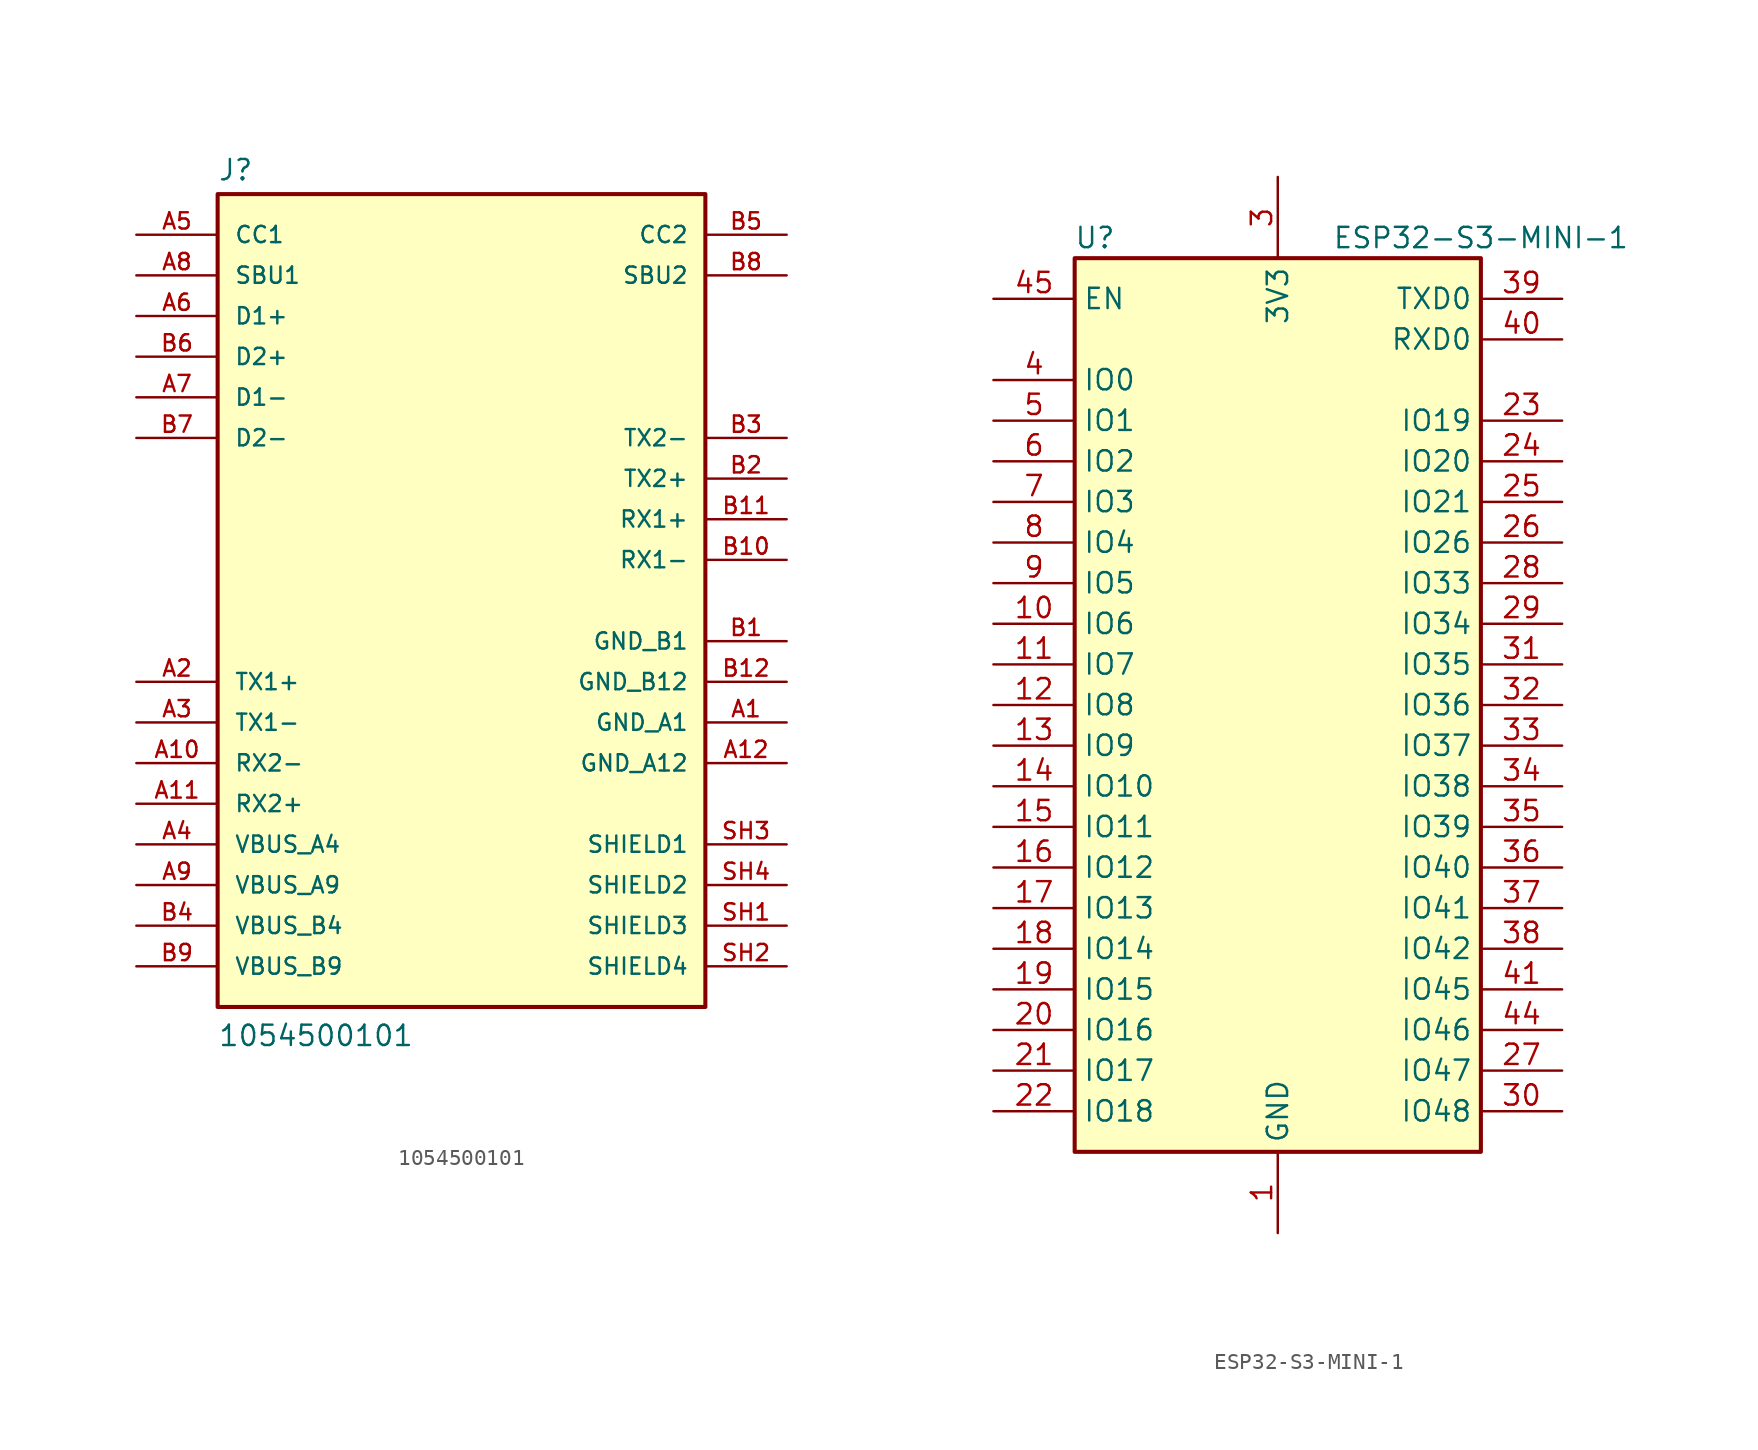
<source format=kicad_sym>
(kicad_symbol_lib
  (version 20231120)
  (generator "kicad_symbol_editor")
  (generator_version "8.0")
  (symbol "1054500101"
    (pin_names
      (offset 1.016))
    (property "Reference" "J"
      (at -15.24 26.162 0)
      (effects (font (size 1.27 1.27)) (justify left bottom)))
    (property "Value" "1054500101"
      (at -15.24 -27.94 0)
      (effects (font (size 1.27 1.27)) (justify left bottom)))
    (symbol "1054500101_0_0"
      (rectangle (start -15.24 -25.4) (end 15.24 25.4) (stroke (width 0.254) (type default)) (fill (type background)))
      (pin power_in line (at 20.32 -7.62 180) (length 5.08) (name "GND_A1" (effects (font (size 1.016 1.016)))) (number "A1" (effects (font (size 1.016 1.016)))))
      (pin bidirectional line (at -20.32 -10.16 0) (length 5.08) (name "RX2-" (effects (font (size 1.016 1.016)))) (number "A10" (effects (font (size 1.016 1.016)))))
      (pin bidirectional line (at -20.32 -12.7 0) (length 5.08) (name "RX2+" (effects (font (size 1.016 1.016)))) (number "A11" (effects (font (size 1.016 1.016)))))
      (pin power_in line (at 20.32 -10.16 180) (length 5.08) (name "GND_A12" (effects (font (size 1.016 1.016)))) (number "A12" (effects (font (size 1.016 1.016)))))
      (pin bidirectional line (at -20.32 -5.08 0) (length 5.08) (name "TX1+" (effects (font (size 1.016 1.016)))) (number "A2" (effects (font (size 1.016 1.016)))))
      (pin bidirectional line (at -20.32 -7.62 0) (length 5.08) (name "TX1-" (effects (font (size 1.016 1.016)))) (number "A3" (effects (font (size 1.016 1.016)))))
      (pin power_in line (at -20.32 -15.24 0) (length 5.08) (name "VBUS_A4" (effects (font (size 1.016 1.016)))) (number "A4" (effects (font (size 1.016 1.016)))))
      (pin bidirectional line (at -20.32 22.86 0) (length 5.08) (name "CC1" (effects (font (size 1.016 1.016)))) (number "A5" (effects (font (size 1.016 1.016)))))
      (pin bidirectional line (at -20.32 17.78 0) (length 5.08) (name "D1+" (effects (font (size 1.016 1.016)))) (number "A6" (effects (font (size 1.016 1.016)))))
      (pin bidirectional line (at -20.32 12.7 0) (length 5.08) (name "D1-" (effects (font (size 1.016 1.016)))) (number "A7" (effects (font (size 1.016 1.016)))))
      (pin bidirectional line (at -20.32 20.32 0) (length 5.08) (name "SBU1" (effects (font (size 1.016 1.016)))) (number "A8" (effects (font (size 1.016 1.016)))))
      (pin power_in line (at -20.32 -17.78 0) (length 5.08) (name "VBUS_A9" (effects (font (size 1.016 1.016)))) (number "A9" (effects (font (size 1.016 1.016)))))
      (pin power_in line (at 20.32 -2.54 180) (length 5.08) (name "GND_B1" (effects (font (size 1.016 1.016)))) (number "B1" (effects (font (size 1.016 1.016)))))
      (pin bidirectional line (at 20.32 2.54 180) (length 5.08) (name "RX1-" (effects (font (size 1.016 1.016)))) (number "B10" (effects (font (size 1.016 1.016)))))
      (pin bidirectional line (at 20.32 5.08 180) (length 5.08) (name "RX1+" (effects (font (size 1.016 1.016)))) (number "B11" (effects (font (size 1.016 1.016)))))
      (pin power_in line (at 20.32 -5.08 180) (length 5.08) (name "GND_B12" (effects (font (size 1.016 1.016)))) (number "B12" (effects (font (size 1.016 1.016)))))
      (pin bidirectional line (at 20.32 7.62 180) (length 5.08) (name "TX2+" (effects (font (size 1.016 1.016)))) (number "B2" (effects (font (size 1.016 1.016)))))
      (pin bidirectional line (at 20.32 10.16 180) (length 5.08) (name "TX2-" (effects (font (size 1.016 1.016)))) (number "B3" (effects (font (size 1.016 1.016)))))
      (pin power_in line (at -20.32 -20.32 0) (length 5.08) (name "VBUS_B4" (effects (font (size 1.016 1.016)))) (number "B4" (effects (font (size 1.016 1.016)))))
      (pin bidirectional line (at 20.32 22.86 180) (length 5.08) (name "CC2" (effects (font (size 1.016 1.016)))) (number "B5" (effects (font (size 1.016 1.016)))))
      (pin bidirectional line (at -20.32 15.24 0) (length 5.08) (name "D2+" (effects (font (size 1.016 1.016)))) (number "B6" (effects (font (size 1.016 1.016)))))
      (pin bidirectional line (at -20.32 10.16 0) (length 5.08) (name "D2-" (effects (font (size 1.016 1.016)))) (number "B7" (effects (font (size 1.016 1.016)))))
      (pin bidirectional line (at 20.32 20.32 180) (length 5.08) (name "SBU2" (effects (font (size 1.016 1.016)))) (number "B8" (effects (font (size 1.016 1.016)))))
      (pin power_in line (at -20.32 -22.86 0) (length 5.08) (name "VBUS_B9" (effects (font (size 1.016 1.016)))) (number "B9" (effects (font (size 1.016 1.016)))))
      (pin passive line (at 20.32 -20.32 180) (length 5.08) (name "SHIELD3" (effects (font (size 1.016 1.016)))) (number "SH1" (effects (font (size 1.016 1.016)))))
      (pin passive line (at 20.32 -22.86 180) (length 5.08) (name "SHIELD4" (effects (font (size 1.016 1.016)))) (number "SH2" (effects (font (size 1.016 1.016)))))
      (pin passive line (at 20.32 -15.24 180) (length 5.08) (name "SHIELD1" (effects (font (size 1.016 1.016)))) (number "SH3" (effects (font (size 1.016 1.016)))))
      (pin passive line (at 20.32 -17.78 180) (length 5.08) (name "SHIELD2" (effects (font (size 1.016 1.016)))) (number "SH4" (effects (font (size 1.016 1.016)))))))
  (symbol "ESP32-S3-MINI-1"
    (property "Reference" "U"
      (at -11.43 29.21 0)
      (effects (font (size 1.27 1.27))))
    (property "Value" "ESP32-S3-MINI-1"
      (at 12.7 29.21 0)
      (effects (font (size 1.27 1.27))))
    (symbol "ESP32-S3-MINI-1_0_1"
      (rectangle (start -12.7 27.94) (end 12.7 -27.94) (stroke (width 0.254) (type default)) (fill (type background))))
    (symbol "ESP32-S3-MINI-1_1_1"
      (pin power_in line (at 0 -33.02 90) (length 5.08) (name "GND" (effects (font (size 1.27 1.27)))) (number "1" (effects (font (size 1.27 1.27)))))
      (pin bidirectional line (at -17.78 5.08 0) (length 5.08) (name "IO6" (effects (font (size 1.27 1.27)))) (number "10" (effects (font (size 1.27 1.27)))))
      (pin bidirectional line (at -17.78 2.54 0) (length 5.08) (name "IO7" (effects (font (size 1.27 1.27)))) (number "11" (effects (font (size 1.27 1.27)))))
      (pin bidirectional line (at -17.78 0 0) (length 5.08) (name "IO8" (effects (font (size 1.27 1.27)))) (number "12" (effects (font (size 1.27 1.27)))))
      (pin bidirectional line (at -17.78 -2.54 0) (length 5.08) (name "IO9" (effects (font (size 1.27 1.27)))) (number "13" (effects (font (size 1.27 1.27)))))
      (pin bidirectional line (at -17.78 -5.08 0) (length 5.08) (name "IO10" (effects (font (size 1.27 1.27)))) (number "14" (effects (font (size 1.27 1.27)))))
      (pin bidirectional line (at -17.78 -7.62 0) (length 5.08) (name "IO11" (effects (font (size 1.27 1.27)))) (number "15" (effects (font (size 1.27 1.27)))))
      (pin bidirectional line (at -17.78 -10.16 0) (length 5.08) (name "IO12" (effects (font (size 1.27 1.27)))) (number "16" (effects (font (size 1.27 1.27)))))
      (pin bidirectional line (at -17.78 -12.7 0) (length 5.08) (name "IO13" (effects (font (size 1.27 1.27)))) (number "17" (effects (font (size 1.27 1.27)))))
      (pin bidirectional line (at -17.78 -15.24 0) (length 5.08) (name "IO14" (effects (font (size 1.27 1.27)))) (number "18" (effects (font (size 1.27 1.27)))))
      (pin bidirectional line (at -17.78 -17.78 0) (length 5.08) (name "IO15" (effects (font (size 1.27 1.27)))) (number "19" (effects (font (size 1.27 1.27)))))
      (pin passive line (at 0 -33.02 90) (length 5.08) hide (name "GND" (effects (font (size 1.27 1.27)))) (number "2" (effects (font (size 1.27 1.27)))))
      (pin bidirectional line (at -17.78 -20.32 0) (length 5.08) (name "IO16" (effects (font (size 1.27 1.27)))) (number "20" (effects (font (size 1.27 1.27)))))
      (pin bidirectional line (at -17.78 -22.86 0) (length 5.08) (name "IO17" (effects (font (size 1.27 1.27)))) (number "21" (effects (font (size 1.27 1.27)))))
      (pin bidirectional line (at -17.78 -25.4 0) (length 5.08) (name "IO18" (effects (font (size 1.27 1.27)))) (number "22" (effects (font (size 1.27 1.27)))))
      (pin bidirectional line (at 17.78 17.78 180) (length 5.08) (name "IO19" (effects (font (size 1.27 1.27)))) (number "23" (effects (font (size 1.27 1.27)))))
      (pin bidirectional line (at 17.78 15.24 180) (length 5.08) (name "IO20" (effects (font (size 1.27 1.27)))) (number "24" (effects (font (size 1.27 1.27)))))
      (pin bidirectional line (at 17.78 12.7 180) (length 5.08) (name "IO21" (effects (font (size 1.27 1.27)))) (number "25" (effects (font (size 1.27 1.27)))))
      (pin bidirectional line (at 17.78 10.16 180) (length 5.08) (name "IO26" (effects (font (size 1.27 1.27)))) (number "26" (effects (font (size 1.27 1.27)))))
      (pin bidirectional line (at 17.78 -22.86 180) (length 5.08) (name "IO47" (effects (font (size 1.27 1.27)))) (number "27" (effects (font (size 1.27 1.27)))))
      (pin bidirectional line (at 17.78 7.62 180) (length 5.08) (name "IO33" (effects (font (size 1.27 1.27)))) (number "28" (effects (font (size 1.27 1.27)))))
      (pin bidirectional line (at 17.78 5.08 180) (length 5.08) (name "IO34" (effects (font (size 1.27 1.27)))) (number "29" (effects (font (size 1.27 1.27)))))
      (pin power_in line (at 0 33.02 270) (length 5.08) (name "3V3" (effects (font (size 1.27 1.27)))) (number "3" (effects (font (size 1.27 1.27)))))
      (pin bidirectional line (at 17.78 -25.4 180) (length 5.08) (name "IO48" (effects (font (size 1.27 1.27)))) (number "30" (effects (font (size 1.27 1.27)))))
      (pin bidirectional line (at 17.78 2.54 180) (length 5.08) (name "IO35" (effects (font (size 1.27 1.27)))) (number "31" (effects (font (size 1.27 1.27)))))
      (pin bidirectional line (at 17.78 0 180) (length 5.08) (name "IO36" (effects (font (size 1.27 1.27)))) (number "32" (effects (font (size 1.27 1.27)))))
      (pin bidirectional line (at 17.78 -2.54 180) (length 5.08) (name "IO37" (effects (font (size 1.27 1.27)))) (number "33" (effects (font (size 1.27 1.27)))))
      (pin bidirectional line (at 17.78 -5.08 180) (length 5.08) (name "IO38" (effects (font (size 1.27 1.27)))) (number "34" (effects (font (size 1.27 1.27)))))
      (pin bidirectional line (at 17.78 -7.62 180) (length 5.08) (name "IO39" (effects (font (size 1.27 1.27)))) (number "35" (effects (font (size 1.27 1.27)))))
      (pin bidirectional line (at 17.78 -10.16 180) (length 5.08) (name "IO40" (effects (font (size 1.27 1.27)))) (number "36" (effects (font (size 1.27 1.27)))))
      (pin bidirectional line (at 17.78 -12.7 180) (length 5.08) (name "IO41" (effects (font (size 1.27 1.27)))) (number "37" (effects (font (size 1.27 1.27)))))
      (pin bidirectional line (at 17.78 -15.24 180) (length 5.08) (name "IO42" (effects (font (size 1.27 1.27)))) (number "38" (effects (font (size 1.27 1.27)))))
      (pin bidirectional line (at 17.78 25.4 180) (length 5.08) (name "TXD0" (effects (font (size 1.27 1.27)))) (number "39" (effects (font (size 1.27 1.27)))))
      (pin bidirectional line (at -17.78 20.32 0) (length 5.08) (name "IO0" (effects (font (size 1.27 1.27)))) (number "4" (effects (font (size 1.27 1.27)))))
      (pin bidirectional line (at 17.78 22.86 180) (length 5.08) (name "RXD0" (effects (font (size 1.27 1.27)))) (number "40" (effects (font (size 1.27 1.27)))))
      (pin bidirectional line (at 17.78 -17.78 180) (length 5.08) (name "IO45" (effects (font (size 1.27 1.27)))) (number "41" (effects (font (size 1.27 1.27)))))
      (pin passive line (at 0 -33.02 90) (length 5.08) hide (name "GND" (effects (font (size 1.27 1.27)))) (number "42" (effects (font (size 1.27 1.27)))))
      (pin passive line (at 0 -33.02 90) (length 5.08) hide (name "GND" (effects (font (size 1.27 1.27)))) (number "43" (effects (font (size 1.27 1.27)))))
      (pin bidirectional line (at 17.78 -20.32 180) (length 5.08) (name "IO46" (effects (font (size 1.27 1.27)))) (number "44" (effects (font (size 1.27 1.27)))))
      (pin input line (at -17.78 25.4 0) (length 5.08) (name "EN" (effects (font (size 1.27 1.27)))) (number "45" (effects (font (size 1.27 1.27)))))
      (pin passive line (at 0 -33.02 90) (length 5.08) hide (name "GND" (effects (font (size 1.27 1.27)))) (number "46" (effects (font (size 1.27 1.27)))))
      (pin passive line (at 0 -33.02 90) (length 5.08) hide (name "GND" (effects (font (size 1.27 1.27)))) (number "47" (effects (font (size 1.27 1.27)))))
      (pin passive line (at 0 -33.02 90) (length 5.08) hide (name "GND" (effects (font (size 1.27 1.27)))) (number "48" (effects (font (size 1.27 1.27)))))
      (pin passive line (at 0 -33.02 90) (length 5.08) hide (name "GND" (effects (font (size 1.27 1.27)))) (number "49" (effects (font (size 1.27 1.27)))))
      (pin bidirectional line (at -17.78 17.78 0) (length 5.08) (name "IO1" (effects (font (size 1.27 1.27)))) (number "5" (effects (font (size 1.27 1.27)))))
      (pin passive line (at 0 -33.02 90) (length 5.08) hide (name "GND" (effects (font (size 1.27 1.27)))) (number "50" (effects (font (size 1.27 1.27)))))
      (pin passive line (at 0 -33.02 90) (length 5.08) hide (name "GND" (effects (font (size 1.27 1.27)))) (number "51" (effects (font (size 1.27 1.27)))))
      (pin passive line (at 0 -33.02 90) (length 5.08) hide (name "GND" (effects (font (size 1.27 1.27)))) (number "52" (effects (font (size 1.27 1.27)))))
      (pin passive line (at 0 -33.02 90) (length 5.08) hide (name "GND" (effects (font (size 1.27 1.27)))) (number "53" (effects (font (size 1.27 1.27)))))
      (pin passive line (at 0 -33.02 90) (length 5.08) hide (name "GND" (effects (font (size 1.27 1.27)))) (number "54" (effects (font (size 1.27 1.27)))))
      (pin passive line (at 0 -33.02 90) (length 5.08) hide (name "GND" (effects (font (size 1.27 1.27)))) (number "55" (effects (font (size 1.27 1.27)))))
      (pin passive line (at 0 -33.02 90) (length 5.08) hide (name "GND" (effects (font (size 1.27 1.27)))) (number "56" (effects (font (size 1.27 1.27)))))
      (pin passive line (at 0 -33.02 90) (length 5.08) hide (name "GND" (effects (font (size 1.27 1.27)))) (number "57" (effects (font (size 1.27 1.27)))))
      (pin passive line (at 0 -33.02 90) (length 5.08) hide (name "GND" (effects (font (size 1.27 1.27)))) (number "58" (effects (font (size 1.27 1.27)))))
      (pin passive line (at 0 -33.02 90) (length 5.08) hide (name "GND" (effects (font (size 1.27 1.27)))) (number "59" (effects (font (size 1.27 1.27)))))
      (pin bidirectional line (at -17.78 15.24 0) (length 5.08) (name "IO2" (effects (font (size 1.27 1.27)))) (number "6" (effects (font (size 1.27 1.27)))))
      (pin passive line (at 0 -33.02 90) (length 5.08) hide (name "GND" (effects (font (size 1.27 1.27)))) (number "60" (effects (font (size 1.27 1.27)))))
      (pin passive line (at 0 -33.02 90) (length 5.08) hide (name "GND" (effects (font (size 1.27 1.27)))) (number "61" (effects (font (size 1.27 1.27)))))
      (pin passive line (at 0 -33.02 90) (length 5.08) hide (name "GND" (effects (font (size 1.27 1.27)))) (number "62" (effects (font (size 1.27 1.27)))))
      (pin passive line (at 0 -33.02 90) (length 5.08) hide (name "GND" (effects (font (size 1.27 1.27)))) (number "63" (effects (font (size 1.27 1.27)))))
      (pin passive line (at 0 -33.02 90) (length 5.08) hide (name "GND" (effects (font (size 1.27 1.27)))) (number "64" (effects (font (size 1.27 1.27)))))
      (pin passive line (at 0 -33.02 90) (length 5.08) hide (name "GND" (effects (font (size 1.27 1.27)))) (number "65" (effects (font (size 1.27 1.27)))))
      (pin bidirectional line (at -17.78 12.7 0) (length 5.08) (name "IO3" (effects (font (size 1.27 1.27)))) (number "7" (effects (font (size 1.27 1.27)))))
      (pin bidirectional line (at -17.78 10.16 0) (length 5.08) (name "IO4" (effects (font (size 1.27 1.27)))) (number "8" (effects (font (size 1.27 1.27)))))
      (pin bidirectional line (at -17.78 7.62 0) (length 5.08) (name "IO5" (effects (font (size 1.27 1.27)))) (number "9" (effects (font (size 1.27 1.27))))))))
</source>
